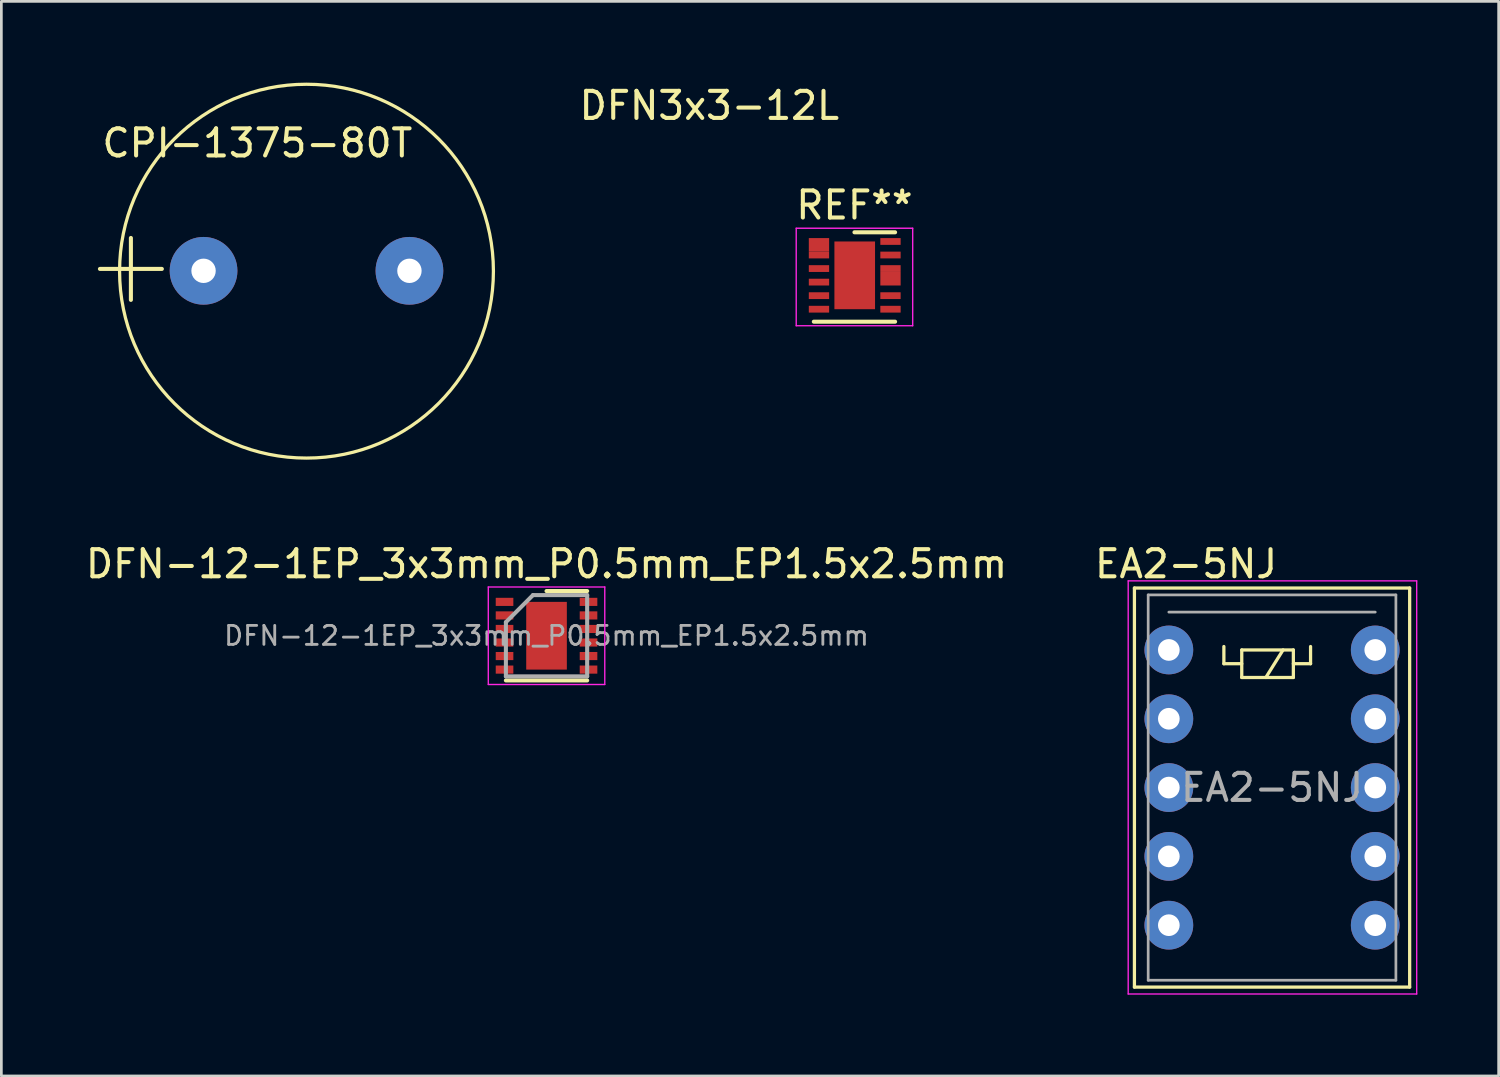
<source format=kicad_pcb>
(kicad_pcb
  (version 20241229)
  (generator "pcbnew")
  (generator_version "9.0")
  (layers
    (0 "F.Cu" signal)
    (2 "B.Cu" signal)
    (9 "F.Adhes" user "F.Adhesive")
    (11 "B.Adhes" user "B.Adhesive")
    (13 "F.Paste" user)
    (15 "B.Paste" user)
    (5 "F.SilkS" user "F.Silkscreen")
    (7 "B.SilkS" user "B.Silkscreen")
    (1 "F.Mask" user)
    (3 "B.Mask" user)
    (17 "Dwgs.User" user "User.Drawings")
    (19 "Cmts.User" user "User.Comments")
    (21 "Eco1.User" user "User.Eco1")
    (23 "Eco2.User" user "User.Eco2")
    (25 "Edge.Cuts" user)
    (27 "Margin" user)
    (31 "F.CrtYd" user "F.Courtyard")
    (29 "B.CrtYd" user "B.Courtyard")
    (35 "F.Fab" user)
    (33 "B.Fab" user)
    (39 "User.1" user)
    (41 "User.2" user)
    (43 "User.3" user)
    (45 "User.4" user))
  (footprint "DFN-12-1EP_3x3mm_P0.5mm_EP1.5x2.5mm"
    (layer "F.Cu")
    (at 17.125 20.418)
    (property "Reference" "DFN-12-1EP_3x3mm_P0.5mm_EP1.5x2.5mm" (at 0 -2.65 0) (layer "F.SilkS") (effects (font (size 1 1) (thickness 0.15))))
    (attr smd)
    (fp_line (start -1.5 1.65) (end 1.5 1.65) (stroke (width 0.15) (type solid)) (layer "F.SilkS"))
    (fp_line (start 0 -1.65) (end 1.5 -1.65) (stroke (width 0.15) (type solid)) (layer "F.SilkS"))
    (fp_line (start -2.15 -1.8) (end -2.15 1.8) (stroke (width 0.05) (type solid)) (layer "F.CrtYd"))
    (fp_line (start -2.15 -1.8) (end 2.15 -1.8) (stroke (width 0.05) (type solid)) (layer "F.CrtYd"))
    (fp_line (start -2.15 1.8) (end 2.15 1.8) (stroke (width 0.05) (type solid)) (layer "F.CrtYd"))
    (fp_line (start 2.15 -1.8) (end 2.15 1.8) (stroke (width 0.05) (type solid)) (layer "F.CrtYd"))
    (fp_line (start -1.5 -0.5) (end -0.5 -1.5) (stroke (width 0.15) (type solid)) (layer "F.Fab"))
    (fp_line (start -1.5 1.5) (end -1.5 -0.5) (stroke (width 0.15) (type solid)) (layer "F.Fab"))
    (fp_line (start -0.5 -1.5) (end 1.5 -1.5) (stroke (width 0.15) (type solid)) (layer "F.Fab"))
    (fp_line (start 1.5 -1.5) (end 1.5 1.5) (stroke (width 0.15) (type solid)) (layer "F.Fab"))
    (fp_line (start 1.5 1.5) (end -1.5 1.5) (stroke (width 0.15) (type solid)) (layer "F.Fab"))
    (fp_text user "${REFERENCE}" (at 0 0 0) (layer "F.Fab") (effects (font (size 0.7 0.7) (thickness 0.105))))
    (pad "1" smd rect (at -1.55 -1.25) (size 0.65 0.3) (layers "F.Cu" "F.Mask" "F.Paste"))
    (pad "2" smd rect (at -1.55 -0.75) (size 0.65 0.3) (layers "F.Cu" "F.Mask" "F.Paste"))
    (pad "3" smd rect (at -1.55 -0.25) (size 0.65 0.3) (layers "F.Cu" "F.Mask" "F.Paste"))
    (pad "4" smd rect (at -1.55 0.25) (size 0.65 0.3) (layers "F.Cu" "F.Mask" "F.Paste"))
    (pad "5" smd rect (at -1.55 0.75) (size 0.65 0.3) (layers "F.Cu" "F.Mask" "F.Paste"))
    (pad "6" smd rect (at -1.55 1.25) (size 0.65 0.3) (layers "F.Cu" "F.Mask" "F.Paste"))
    (pad "7" smd rect (at 1.55 1.25) (size 0.65 0.3) (layers "F.Cu" "F.Mask" "F.Paste"))
    (pad "8" smd rect (at 1.55 0.75) (size 0.65 0.3) (layers "F.Cu" "F.Mask" "F.Paste"))
    (pad "9" smd rect (at 1.55 0.25) (size 0.65 0.3) (layers "F.Cu" "F.Mask" "F.Paste"))
    (pad "10" smd rect (at 1.55 -0.25) (size 0.65 0.3) (layers "F.Cu" "F.Mask" "F.Paste"))
    (pad "11" smd rect (at 1.55 -0.75) (size 0.65 0.3) (layers "F.Cu" "F.Mask" "F.Paste"))
    (pad "12" smd rect (at 1.55 -1.25) (size 0.65 0.3) (layers "F.Cu" "F.Mask" "F.Paste"))
    (pad "13" smd rect (at 0 0) (size 1.5 2.5) (layers "F.Cu" "F.Mask")))
  (footprint "DFN3x3-12L"
    (layer "F.Cu")
    (at 28.502 7.114)
    (property "Reference" "DFN3x3-12L" (at -5.367 -6.266 0) (layer "F.SilkS") (effects (font (size 1 1) (thickness 0.15))))
    (attr through_hole)
    (fp_line (start -1.51 1.711) (end 1.49 1.711) (stroke (width 0.15) (type solid)) (layer "F.SilkS"))
    (fp_line (start -0.01 -1.589) (end 1.49 -1.589) (stroke (width 0.15) (type solid)) (layer "F.SilkS"))
    (fp_line (start -2.16 -1.739) (end -2.16 1.861) (stroke (width 0.05) (type solid)) (layer "F.CrtYd"))
    (fp_line (start -2.16 -1.739) (end 2.14 -1.739) (stroke (width 0.05) (type solid)) (layer "F.CrtYd"))
    (fp_line (start -2.16 1.861) (end 2.14 1.861) (stroke (width 0.05) (type solid)) (layer "F.CrtYd"))
    (fp_line (start 2.14 -1.739) (end 2.14 1.861) (stroke (width 0.05) (type solid)) (layer "F.CrtYd"))
    (fp_text user "REF**" (at -0.01 -2.589 0) (layer "F.SilkS") (effects (font (size 1 1) (thickness 0.15))))
    (pad "1" smd rect (at -1.32 -1.125) (size 0.75 0.5) (layers "F.Cu" "F.Mask" "F.Paste"))
    (pad "2" smd rect (at -1.32 -0.75) (size 0.75 0.25) (layers "F.Cu" "F.Mask" "F.Paste"))
    (pad "3" smd rect (at -1.32 -0.25) (size 0.75 0.25) (layers "F.Cu" "F.Mask" "F.Paste"))
    (pad "4" smd rect (at -1.32 0.25) (size 0.75 0.25) (layers "F.Cu" "F.Mask" "F.Paste"))
    (pad "5" smd rect (at -1.32 0.75) (size 0.75 0.25) (layers "F.Cu" "F.Mask" "F.Paste"))
    (pad "6" smd rect (at -1.32 1.25) (size 0.75 0.25) (layers "F.Cu" "F.Mask" "F.Paste"))
    (pad "7" smd rect (at 1.32 1.25) (size 0.75 0.25) (layers "F.Cu" "F.Mask" "F.Paste"))
    (pad "8" smd rect (at 1.32 0.75) (size 0.75 0.25) (layers "F.Cu" "F.Mask" "F.Paste"))
    (pad "9" smd rect (at 1.32 0.125) (size 0.75 0.5) (layers "F.Cu" "F.Mask" "F.Paste"))
    (pad "10" smd rect (at 1.32 -0.25) (size 0.75 0.25) (layers "F.Cu" "F.Mask" "F.Paste"))
    (pad "11" smd rect (at 1.32 -0.75) (size 0.75 0.25) (layers "F.Cu" "F.Mask" "F.Paste"))
    (pad "12" smd rect (at 1.32 -1.25) (size 0.75 0.25) (layers "F.Cu" "F.Mask" "F.Paste"))
    (pad "13" smd rect (at 0 0) (size 1.5 2.5) (layers "F.Cu" "F.Mask")))
  (footprint "CPI-1375-80T"
    (layer "F.Cu")
    (at 8.264 6.947)
    (property "Reference" "CPI-1375-80T" (at -1.814 -4.714 0) (layer "F.SilkS") (effects (font (size 1 1) (thickness 0.15))))
    (attr through_hole)
    (fp_circle (center 0 0.013) (end 6.9 0.013) (stroke (width 0.12) (type solid)) (fill no) (layer "F.SilkS"))
    (fp_text user "+" (at -6.482 -0.307 0) (layer "F.SilkS") (effects (font (size 3 3) (thickness 0.15))))
    (pad "1" thru_hole circle (at -3.8 0) (size 2.5 2.5) (drill 0.9) (layers "*.Cu" "*.Mask"))
    (pad "2" thru_hole circle (at 3.8 0) (size 2.5 2.5) (drill 0.9) (layers "*.Cu" "*.Mask")))
  (footprint "EA2-5NJ"
    (layer "F.Cu")
    (at 40.097 20.943)
    (property "Reference" "EA2-5NJ" (at 0.635 -3.175 0) (layer "F.SilkS") (effects (font (size 1 1) (thickness 0.15))))
    (attr through_hole)
    (fp_line (start -1.27 -2.286) (end 8.89 -2.286) (stroke (width 0.12) (type solid)) (layer "F.SilkS"))
    (fp_line (start -1.27 12.446) (end -1.27 -2.286) (stroke (width 0.12) (type solid)) (layer "F.SilkS"))
    (fp_line (start 2.032 -0.127) (end 2.032 0.508) (stroke (width 0.12) (type solid)) (layer "F.SilkS"))
    (fp_line (start 2.032 0.508) (end 2.692 0.508) (stroke (width 0.12) (type solid)) (layer "F.SilkS"))
    (fp_line (start 2.692 0) (end 2.692 1.016) (stroke (width 0.12) (type solid)) (layer "F.SilkS"))
    (fp_line (start 2.692 1.016) (end 4.597 1.016) (stroke (width 0.12) (type solid)) (layer "F.SilkS"))
    (fp_line (start 4.216 0) (end 3.581 1.016) (stroke (width 0.12) (type solid)) (layer "F.SilkS"))
    (fp_line (start 4.597 0) (end 2.692 0) (stroke (width 0.12) (type solid)) (layer "F.SilkS"))
    (fp_line (start 4.597 0) (end 4.597 1.016) (stroke (width 0.12) (type solid)) (layer "F.SilkS"))
    (fp_line (start 5.232 -0.127) (end 5.232 0.508) (stroke (width 0.12) (type solid)) (layer "F.SilkS"))
    (fp_line (start 5.232 0.508) (end 4.597 0.508) (stroke (width 0.12) (type solid)) (layer "F.SilkS"))
    (fp_line (start 8.89 -2.286) (end 8.89 12.446) (stroke (width 0.12) (type solid)) (layer "F.SilkS"))
    (fp_line (start 8.89 12.446) (end -1.27 12.446) (stroke (width 0.12) (type solid)) (layer "F.SilkS"))
    (fp_line (start -1.5 -2.55) (end 9.15 -2.55) (stroke (width 0.05) (type solid)) (layer "F.CrtYd"))
    (fp_line (start -1.5 12.7) (end -1.5 -2.55) (stroke (width 0.05) (type solid)) (layer "F.CrtYd"))
    (fp_line (start 9.15 -2.55) (end 9.15 12.7) (stroke (width 0.05) (type solid)) (layer "F.CrtYd"))
    (fp_line (start 9.15 12.7) (end -1.5 12.7) (stroke (width 0.05) (type solid)) (layer "F.CrtYd"))
    (fp_line (start -0.762 -2.032) (end 8.382 -2.032) (stroke (width 0.1) (type solid)) (layer "F.Fab"))
    (fp_line (start -0.762 12.192) (end -0.762 -2.032) (stroke (width 0.1) (type solid)) (layer "F.Fab"))
    (fp_line (start 0 -1.397) (end 7.62 -1.397) (stroke (width 0.1) (type solid)) (layer "F.Fab"))
    (fp_line (start 8.382 -2.032) (end 8.382 12.192) (stroke (width 0.1) (type solid)) (layer "F.Fab"))
    (fp_line (start 8.382 12.192) (end -0.762 12.192) (stroke (width 0.1) (type solid)) (layer "F.Fab"))
    (fp_text user "${REFERENCE}" (at 3.81 5.08 0) (layer "F.Fab") (effects (font (size 1 1) (thickness 0.15))))
    (pad "1" thru_hole circle (at 0 0) (size 1.8 1.8) (drill 0.8) (layers "*.Cu" "*.Mask"))
    (pad "2" thru_hole circle (at 0 2.54) (size 1.8 1.8) (drill 0.8) (layers "*.Cu" "*.Mask"))
    (pad "3" thru_hole circle (at 0 5.08) (size 1.8 1.8) (drill 0.8) (layers "*.Cu" "*.Mask"))
    (pad "4" thru_hole circle (at 0 7.62) (size 1.8 1.8) (drill 0.8) (layers "*.Cu" "*.Mask"))
    (pad "5" thru_hole circle (at 0 10.16) (size 1.8 1.8) (drill 0.8) (layers "*.Cu" "*.Mask"))
    (pad "6" thru_hole circle (at 7.62 10.16) (size 1.8 1.8) (drill 0.8) (layers "*.Cu" "*.Mask"))
    (pad "7" thru_hole circle (at 7.62 7.62) (size 1.8 1.8) (drill 0.8) (layers "*.Cu" "*.Mask"))
    (pad "8" thru_hole circle (at 7.62 5.08) (size 1.8 1.8) (drill 0.8) (layers "*.Cu" "*.Mask"))
    (pad "9" thru_hole circle (at 7.62 2.54) (size 1.8 1.8) (drill 0.8) (layers "*.Cu" "*.Mask"))
    (pad "10" thru_hole circle (at 7.62 0) (size 1.8 1.8) (drill 0.8) (layers "*.Cu" "*.Mask")))
  (gr_rect
    (start -3 -3)
    (end 52.272 36.668)
    (stroke (width 0.1) (type default))
    (fill no)
    (layer "Edge.Cuts")))
</source>
